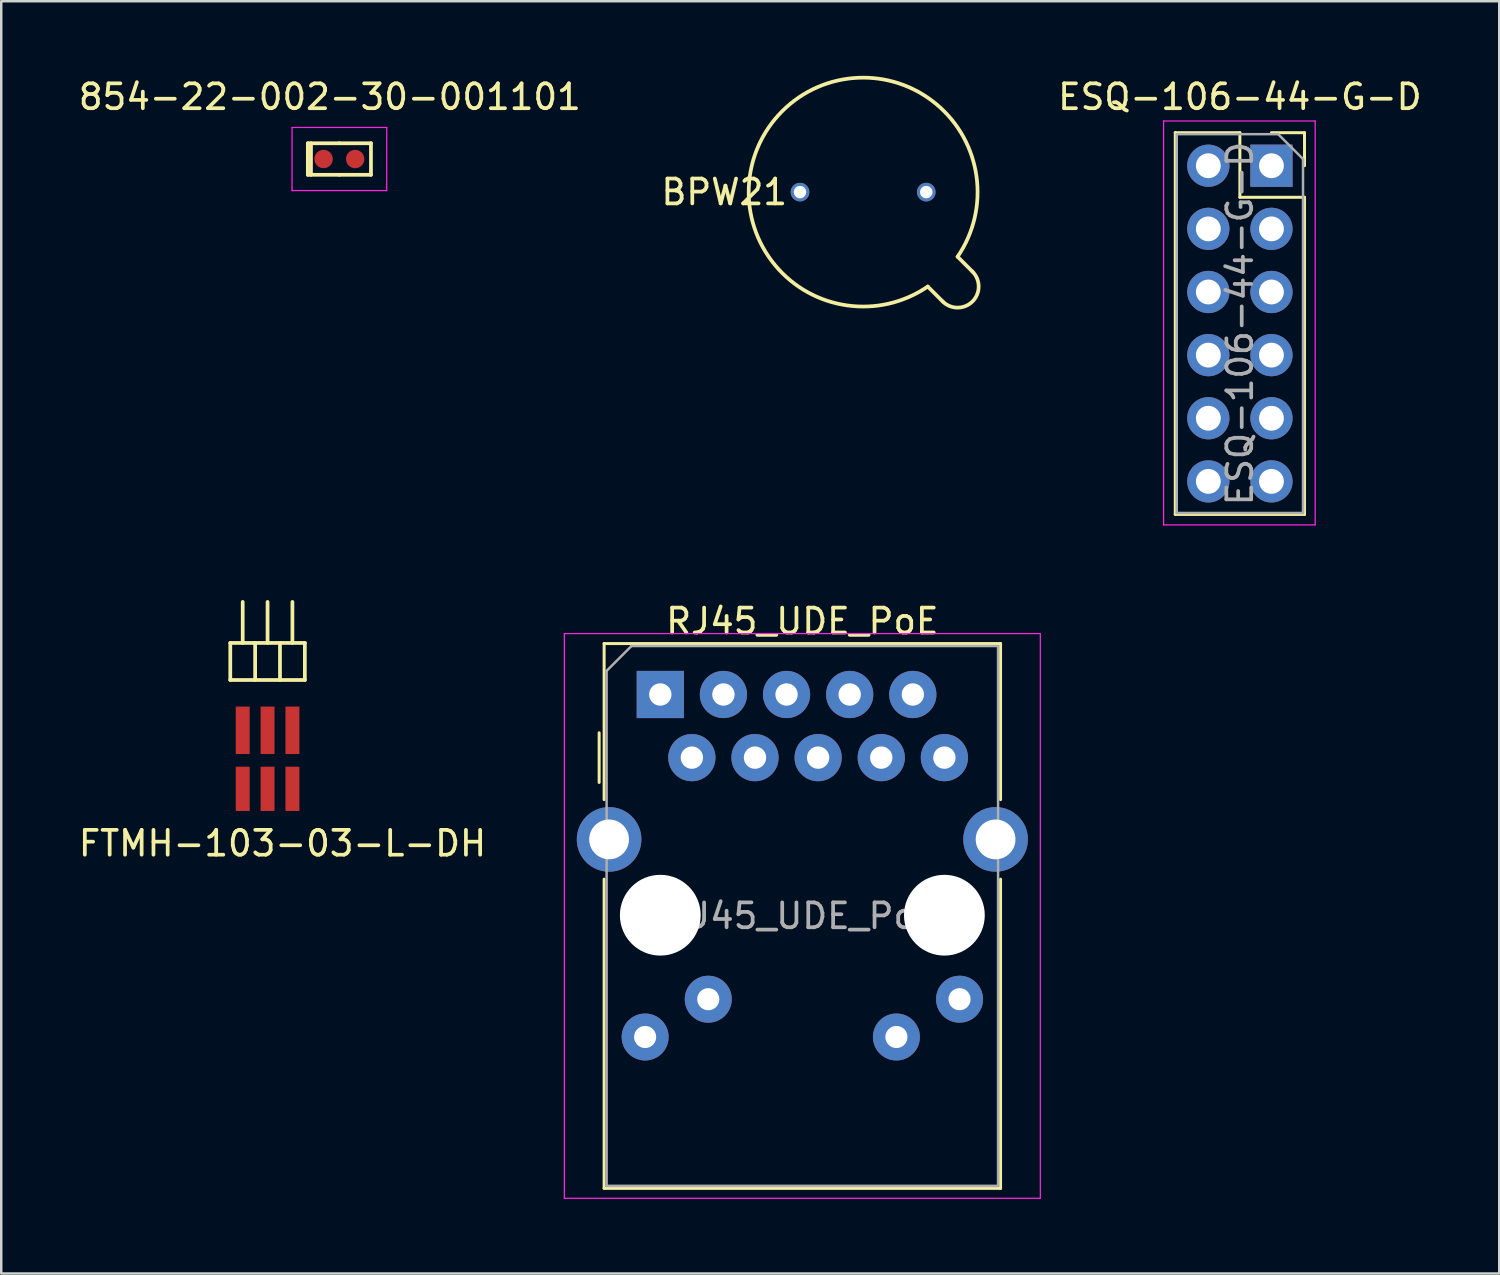
<source format=kicad_pcb>
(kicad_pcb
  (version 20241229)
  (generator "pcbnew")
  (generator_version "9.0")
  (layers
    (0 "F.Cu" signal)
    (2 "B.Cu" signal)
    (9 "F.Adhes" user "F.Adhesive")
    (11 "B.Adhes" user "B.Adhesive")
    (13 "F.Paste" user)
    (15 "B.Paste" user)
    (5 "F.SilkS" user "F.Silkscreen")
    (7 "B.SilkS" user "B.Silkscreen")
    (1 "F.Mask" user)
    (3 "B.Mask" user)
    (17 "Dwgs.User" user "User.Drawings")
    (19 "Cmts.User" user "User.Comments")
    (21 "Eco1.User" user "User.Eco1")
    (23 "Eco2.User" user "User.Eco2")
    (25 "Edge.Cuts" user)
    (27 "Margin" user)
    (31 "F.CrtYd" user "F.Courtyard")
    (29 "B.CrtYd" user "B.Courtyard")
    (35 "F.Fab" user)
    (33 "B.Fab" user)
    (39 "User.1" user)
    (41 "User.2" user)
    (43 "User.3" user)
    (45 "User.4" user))
  (footprint "BPW21"
    (layer "F.Cu")
    (at 31.677 4.679)
    (property "Reference" "BPW21" (at -5.588 0 0) (layer "F.SilkS") (effects (font (size 1 1) (thickness 0.15))))
    (attr through_hole)
    (fp_line (start 3.2 4.4) (end 2.6 3.8) (stroke (width 0.15) (type solid)) (layer "F.SilkS"))
    (fp_line (start 3.8 2.6) (end 4.4 3.2) (stroke (width 0.15) (type solid)) (layer "F.SilkS"))
    (fp_arc (start 2.6 3.8) (mid -3.255764 -3.255764) (end 3.8 2.6) (stroke (width 0.15) (type solid)) (layer "F.SilkS"))
    (fp_arc (start 4.4 3.2) (mid 4.4 4.4) (end 3.2 4.4) (stroke (width 0.15) (type solid)) (layer "F.SilkS"))
    (pad "1" thru_hole circle (at -2.54 0) (size 0.75 0.75) (drill 0.5) (layers "*.Cu" "*.Mask"))
    (pad "2" thru_hole circle (at 2.54 0) (size 0.75 0.75) (drill 0.5) (layers "*.Cu" "*.Mask")))
  (footprint "RJ45_UDE_PoE"
    (layer "F.Cu")
    (at 23.516 24.892)
    (property "Reference" "RJ45_UDE_PoE" (at 5.715 -2.95 0) (layer "F.SilkS") (effects (font (size 1 1) (thickness 0.15))))
    (attr through_hole)
    (fp_line (start -2.46 1.54) (end -2.46 3.54) (stroke (width 0.12) (type solid)) (layer "F.SilkS"))
    (fp_line (start -2.26 -2.05) (end 13.69 -2.05) (stroke (width 0.12) (type solid)) (layer "F.SilkS"))
    (fp_line (start -2.26 4.23) (end -2.26 -2.05) (stroke (width 0.12) (type solid)) (layer "F.SilkS"))
    (fp_line (start -2.26 19.87) (end -2.26 7.43) (stroke (width 0.12) (type solid)) (layer "F.SilkS"))
    (fp_line (start 13.69 -2.05) (end 13.69 4.23) (stroke (width 0.12) (type solid)) (layer "F.SilkS"))
    (fp_line (start 13.69 7.43) (end 13.69 19.87) (stroke (width 0.12) (type solid)) (layer "F.SilkS"))
    (fp_line (start 13.69 19.87) (end -2.26 19.87) (stroke (width 0.12) (type solid)) (layer "F.SilkS"))
    (fp_line (start -3.86 -2.45) (end -3.86 20.27) (stroke (width 0.05) (type solid)) (layer "F.CrtYd"))
    (fp_line (start -3.86 20.27) (end 15.29 20.27) (stroke (width 0.05) (type solid)) (layer "F.CrtYd"))
    (fp_line (start 15.29 -2.45) (end -3.86 -2.45) (stroke (width 0.05) (type solid)) (layer "F.CrtYd"))
    (fp_line (start 15.29 20.27) (end 15.29 -2.45) (stroke (width 0.05) (type solid)) (layer "F.CrtYd"))
    (fp_line (start -2.16 -0.95) (end -1.16 -1.95) (stroke (width 0.1) (type solid)) (layer "F.Fab"))
    (fp_line (start -2.16 19.77) (end -2.16 -0.95) (stroke (width 0.1) (type solid)) (layer "F.Fab"))
    (fp_line (start -1.16 -1.95) (end 13.59 -1.95) (stroke (width 0.1) (type solid)) (layer "F.Fab"))
    (fp_line (start 13.59 -1.95) (end 13.59 19.77) (stroke (width 0.1) (type solid)) (layer "F.Fab"))
    (fp_line (start 13.59 19.77) (end -2.16 19.77) (stroke (width 0.1) (type solid)) (layer "F.Fab"))
    (fp_text user "${REFERENCE}" (at 5.715 8.91 0) (layer "F.Fab") (effects (font (size 1 1) (thickness 0.15))))
    (pad "" np_thru_hole circle (at 0 8.88) (size 3.25 3.25) (drill 3.25) (layers "*.Cu" "*.Mask"))
    (pad "" np_thru_hole circle (at 11.43 8.88) (size 3.25 3.25) (drill 3.25) (layers "*.Cu" "*.Mask"))
    (pad "L1" thru_hole circle (at 12.04 12.26) (size 1.89 1.89) (drill 0.89) (layers "*.Cu" "*.Mask"))
    (pad "L2" thru_hole circle (at 9.5 13.78) (size 1.89 1.89) (drill 0.89) (layers "*.Cu" "*.Mask"))
    (pad "L3" thru_hole circle (at 1.93 12.26) (size 1.89 1.89) (drill 0.89) (layers "*.Cu" "*.Mask"))
    (pad "L4" thru_hole circle (at -0.61 13.78) (size 1.89 1.89) (drill 0.89) (layers "*.Cu" "*.Mask"))
    (pad "R1" thru_hole rect (at 0 0) (size 1.9 1.9) (drill 0.9) (layers "*.Cu" "*.Mask"))
    (pad "R2" thru_hole circle (at 1.27 2.54) (size 1.9 1.9) (drill 0.9) (layers "*.Cu" "*.Mask"))
    (pad "R3" thru_hole circle (at 2.54 0) (size 1.9 1.9) (drill 0.9) (layers "*.Cu" "*.Mask"))
    (pad "R4" thru_hole circle (at 3.81 2.54) (size 1.9 1.9) (drill 0.9) (layers "*.Cu" "*.Mask"))
    (pad "R5" thru_hole circle (at 5.08 0) (size 1.9 1.9) (drill 0.9) (layers "*.Cu" "*.Mask"))
    (pad "R6" thru_hole circle (at 6.35 2.54) (size 1.9 1.9) (drill 0.9) (layers "*.Cu" "*.Mask"))
    (pad "R7" thru_hole circle (at 7.62 0) (size 1.9 1.9) (drill 0.9) (layers "*.Cu" "*.Mask"))
    (pad "R8" thru_hole circle (at 8.89 2.54) (size 1.9 1.9) (drill 0.9) (layers "*.Cu" "*.Mask"))
    (pad "R9" thru_hole circle (at 10.16 0) (size 1.9 1.9) (drill 0.9) (layers "*.Cu" "*.Mask"))
    (pad "R10" thru_hole circle (at 11.43 2.54) (size 1.9 1.9) (drill 0.9) (layers "*.Cu" "*.Mask"))
    (pad "SH" thru_hole circle (at -2.06 5.83) (size 2.6 2.6) (drill 1.6) (layers "*.Cu" "*.Mask"))
    (pad "SH" thru_hole circle (at 13.49 5.83) (size 2.6 2.6) (drill 1.6) (layers "*.Cu" "*.Mask")))
  (footprint "ESQ-106-44-G-D"
    (layer "F.Cu")
    (at 48.105 3.618)
    (property "Reference" "ESQ-106-44-G-D" (at -1.27 -2.77 0) (layer "F.SilkS") (effects (font (size 1 1) (thickness 0.15))))
    (attr through_hole)
    (fp_line (start -3.87 -1.33) (end -3.87 14.03) (stroke (width 0.12) (type solid)) (layer "F.SilkS"))
    (fp_line (start -3.87 -1.33) (end -1.27 -1.33) (stroke (width 0.12) (type solid)) (layer "F.SilkS"))
    (fp_line (start -3.87 14.03) (end 1.33 14.03) (stroke (width 0.12) (type solid)) (layer "F.SilkS"))
    (fp_line (start -1.27 -1.33) (end -1.27 1.27) (stroke (width 0.12) (type solid)) (layer "F.SilkS"))
    (fp_line (start -1.27 1.27) (end 1.33 1.27) (stroke (width 0.12) (type solid)) (layer "F.SilkS"))
    (fp_line (start 0 -1.33) (end 1.33 -1.33) (stroke (width 0.12) (type solid)) (layer "F.SilkS"))
    (fp_line (start 1.33 -1.33) (end 1.33 0) (stroke (width 0.12) (type solid)) (layer "F.SilkS"))
    (fp_line (start 1.33 1.27) (end 1.33 14.03) (stroke (width 0.12) (type solid)) (layer "F.SilkS"))
    (fp_line (start -4.34 -1.8) (end 1.76 -1.8) (stroke (width 0.05) (type solid)) (layer "F.CrtYd"))
    (fp_line (start -4.34 14.45) (end -4.34 -1.8) (stroke (width 0.05) (type solid)) (layer "F.CrtYd"))
    (fp_line (start 1.76 -1.8) (end 1.76 14.45) (stroke (width 0.05) (type solid)) (layer "F.CrtYd"))
    (fp_line (start 1.76 14.45) (end -4.34 14.45) (stroke (width 0.05) (type solid)) (layer "F.CrtYd"))
    (fp_line (start -3.81 -1.27) (end 0.27 -1.27) (stroke (width 0.1) (type solid)) (layer "F.Fab"))
    (fp_line (start -3.81 13.97) (end -3.81 -1.27) (stroke (width 0.1) (type solid)) (layer "F.Fab"))
    (fp_line (start 0.27 -1.27) (end 1.27 -0.27) (stroke (width 0.1) (type solid)) (layer "F.Fab"))
    (fp_line (start 1.27 -0.27) (end 1.27 13.97) (stroke (width 0.1) (type solid)) (layer "F.Fab"))
    (fp_line (start 1.27 13.97) (end -3.81 13.97) (stroke (width 0.1) (type solid)) (layer "F.Fab"))
    (fp_text user "${REFERENCE}" (at -1.27 6.35 90) (layer "F.Fab") (effects (font (size 1 1) (thickness 0.15))))
    (pad "1" thru_hole rect (at 0 0) (size 1.7 1.7) (drill 1) (layers "*.Cu" "*.Mask"))
    (pad "2" thru_hole oval (at -2.54 0) (size 1.7 1.7) (drill 1) (layers "*.Cu" "*.Mask"))
    (pad "3" thru_hole oval (at 0 2.54) (size 1.7 1.7) (drill 1) (layers "*.Cu" "*.Mask"))
    (pad "4" thru_hole oval (at -2.54 2.54) (size 1.7 1.7) (drill 1) (layers "*.Cu" "*.Mask"))
    (pad "5" thru_hole oval (at 0 5.08) (size 1.7 1.7) (drill 1) (layers "*.Cu" "*.Mask"))
    (pad "6" thru_hole oval (at -2.54 5.08) (size 1.7 1.7) (drill 1) (layers "*.Cu" "*.Mask"))
    (pad "7" thru_hole oval (at 0 7.62) (size 1.7 1.7) (drill 1) (layers "*.Cu" "*.Mask"))
    (pad "8" thru_hole oval (at -2.54 7.62) (size 1.7 1.7) (drill 1) (layers "*.Cu" "*.Mask"))
    (pad "9" thru_hole oval (at 0 10.16) (size 1.7 1.7) (drill 1) (layers "*.Cu" "*.Mask"))
    (pad "10" thru_hole oval (at -2.54 10.16) (size 1.7 1.7) (drill 1) (layers "*.Cu" "*.Mask"))
    (pad "11" thru_hole oval (at 0 12.7) (size 1.7 1.7) (drill 1) (layers "*.Cu" "*.Mask"))
    (pad "12" thru_hole oval (at -2.54 12.7) (size 1.7 1.7) (drill 1) (layers "*.Cu" "*.Mask")))
  (footprint "FTMH-103-03-L-DH"
    (layer "F.Cu")
    (at 6.715 26.333)
    (property "Reference" "FTMH-103-03-L-DH" (at 1.6 4.55 180) (layer "F.SilkS") (effects (font (size 1 1) (thickness 0.15))))
    (attr through_hole)
    (fp_line (start -0.5 -3.515) (end 2.5 -3.515) (stroke (width 0.15) (type solid)) (layer "F.SilkS"))
    (fp_line (start -0.5 -2.025) (end -0.5 -3.515) (stroke (width 0.15) (type solid)) (layer "F.SilkS"))
    (fp_line (start 0 -3.515) (end 0 -5.165) (stroke (width 0.15) (type solid)) (layer "F.SilkS"))
    (fp_line (start 0.5 -3.515) (end 0.5 -2.025) (stroke (width 0.15) (type solid)) (layer "F.SilkS"))
    (fp_line (start 1 -3.515) (end 1 -5.165) (stroke (width 0.15) (type solid)) (layer "F.SilkS"))
    (fp_line (start 1.5 -2.025) (end 1.5 -3.515) (stroke (width 0.15) (type solid)) (layer "F.SilkS"))
    (fp_line (start 2 -3.515) (end 2 -5.165) (stroke (width 0.15) (type solid)) (layer "F.SilkS"))
    (fp_line (start 2.5 -3.515) (end 2.5 -2.025) (stroke (width 0.15) (type solid)) (layer "F.SilkS"))
    (fp_line (start 2.5 -2.025) (end -0.5 -2.025) (stroke (width 0.15) (type solid)) (layer "F.SilkS"))
    (pad "1" smd rect (at 0 0) (size 0.56 1.91) (layers "F.Cu" "F.Mask" "F.Paste"))
    (pad "2" smd rect (at 0 2.355) (size 0.56 1.78) (layers "F.Cu" "F.Mask" "F.Paste"))
    (pad "3" smd rect (at 1 0) (size 0.56 1.91) (layers "F.Cu" "F.Mask" "F.Paste"))
    (pad "4" smd rect (at 1 2.355) (size 0.56 1.78) (layers "F.Cu" "F.Mask" "F.Paste"))
    (pad "5" smd rect (at 2 0) (size 0.56 1.91) (layers "F.Cu" "F.Mask" "F.Paste"))
    (pad "6" smd rect (at 2 2.355) (size 0.56 1.78) (layers "F.Cu" "F.Mask" "F.Paste")))
  (footprint "854-22-002-30-001101"
    (layer "F.Cu")
    (at 9.97 3.348)
    (property "Reference" "854-22-002-30-001101" (at 0.25 -2.5 0) (layer "F.SilkS") (effects (font (size 1 1) (thickness 0.15))))
    (attr smd)
    (fp_line (start -0.635 -0.635) (end -0.635 0.635) (stroke (width 0.15) (type solid)) (layer "F.SilkS"))
    (fp_line (start -0.635 0.635) (end 0.635 0.635) (stroke (width 0.15) (type solid)) (layer "F.SilkS"))
    (fp_line (start -0.508 -0.635) (end -0.508 0.635) (stroke (width 0.15) (type solid)) (layer "F.SilkS"))
    (fp_line (start 0.635 -0.635) (end -0.635 -0.635) (stroke (width 0.15) (type solid)) (layer "F.SilkS"))
    (fp_line (start 0.635 -0.635) (end 1.905 -0.635) (stroke (width 0.15) (type solid)) (layer "F.SilkS"))
    (fp_line (start 1.905 -0.635) (end 1.905 0.635) (stroke (width 0.15) (type solid)) (layer "F.SilkS"))
    (fp_line (start 1.905 0.635) (end 0.635 0.635) (stroke (width 0.15) (type solid)) (layer "F.SilkS"))
    (fp_line (start -1.27 -1.27) (end 2.54 -1.27) (stroke (width 0.05) (type solid)) (layer "F.CrtYd"))
    (fp_line (start -1.27 1.27) (end -1.27 -1.27) (stroke (width 0.05) (type solid)) (layer "F.CrtYd"))
    (fp_line (start 2.54 1.27) (end -1.27 1.27) (stroke (width 0.05) (type solid)) (layer "F.CrtYd"))
    (fp_line (start 2.54 1.27) (end 2.54 -1.27) (stroke (width 0.05) (type solid)) (layer "F.CrtYd"))
    (pad "1" smd circle (at 0 0) (size 0.74 0.74) (layers "F.Cu" "F.Mask" "F.Paste"))
    (pad "2" smd circle (at 1.27 0) (size 0.74 0.74) (layers "F.Cu" "F.Mask" "F.Paste")))
  (gr_rect
    (start -3 -3)
    (end 57.27 48.187)
    (stroke (width 0.1) (type default))
    (fill no)
    (layer "Edge.Cuts")))
</source>
